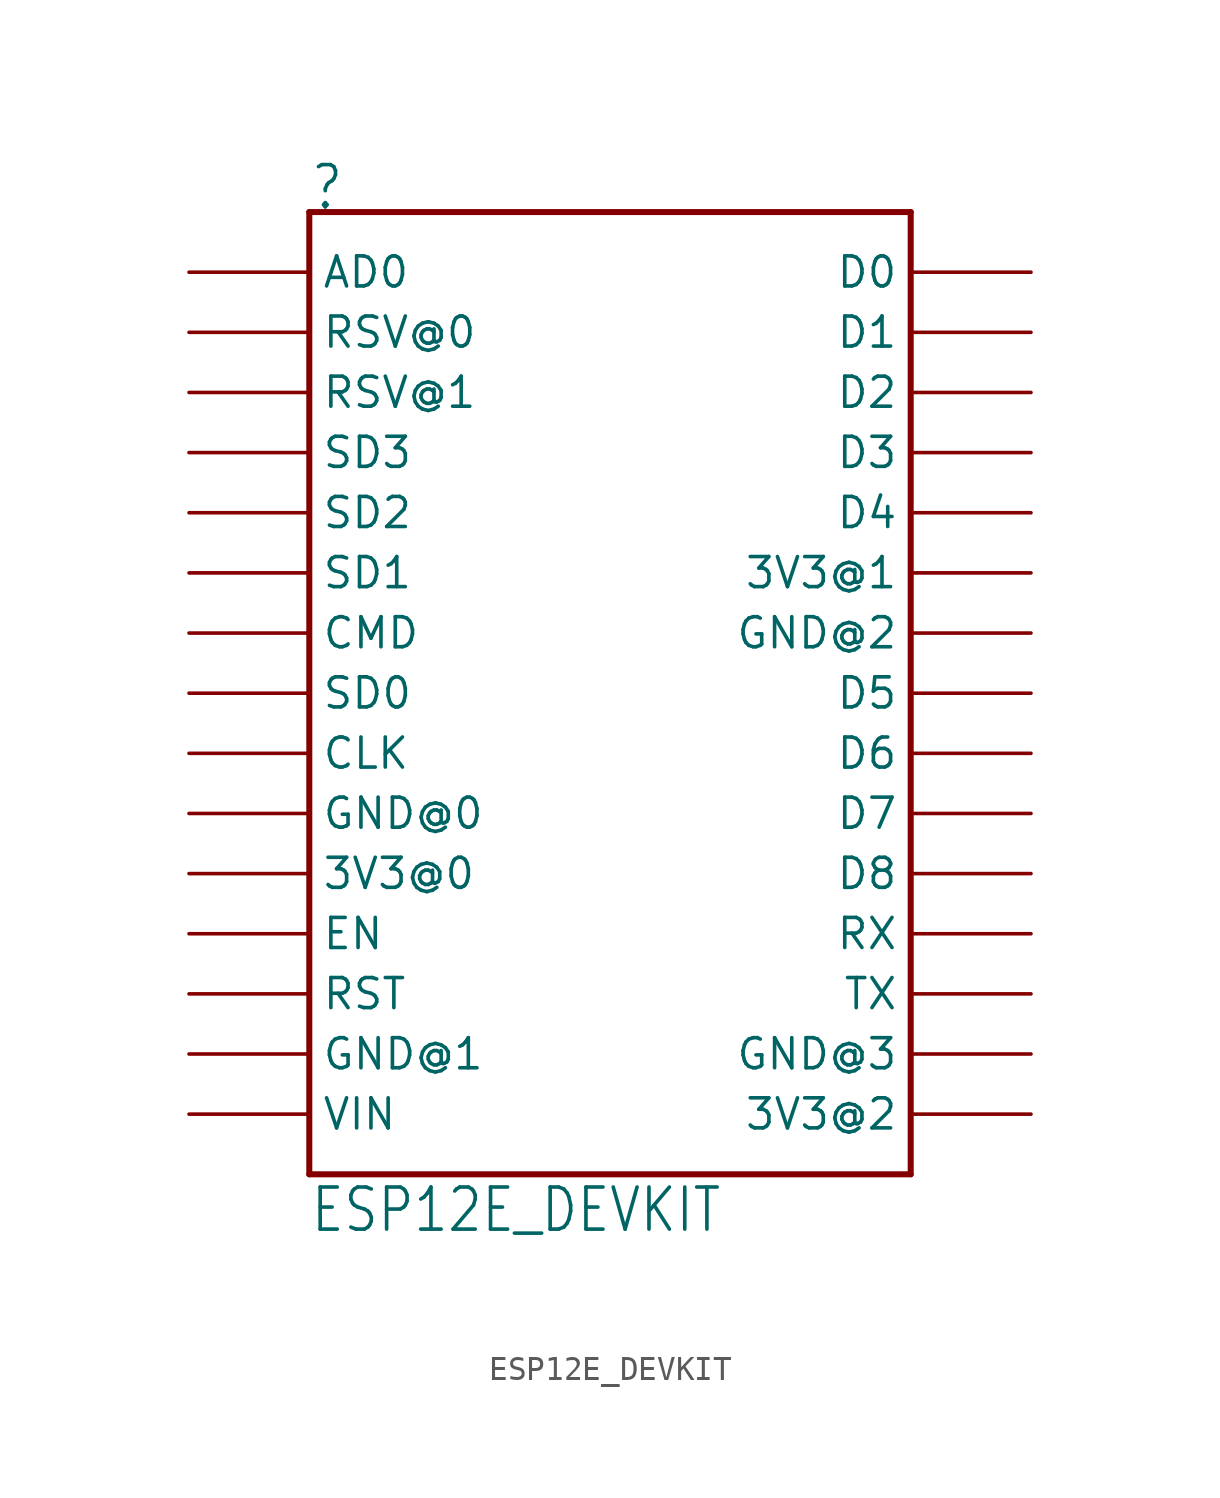
<source format=kicad_sym>
(kicad_symbol_lib
  (version 20211014)
  (generator kicad_symbol_editor)
  (symbol "ESP12E_DEVKIT"
    (property "Reference" ""
      (at -12.7 20.32 0)
      (effects (font (size 1.778 1.511)) (justify left bottom)))
    (property "Value" "ESP12E_DEVKIT"
      (at -12.7 -22.86 0)
      (effects (font (size 1.778 1.511)) (justify left bottom)))
    (property "ki_locked" ""
      (at 0 0 0)
      (effects (font (size 1.27 1.27))))
    (symbol "ESP12E_DEVKIT_1_0"
      (polyline (pts (xy -12.7 -20.32) (xy 12.7 -20.32)) (stroke (width 0.254) (type default) (color 0 0 0 0)) (fill (type none)))
      (polyline (pts (xy -12.7 20.32) (xy -12.7 -20.32)) (stroke (width 0.254) (type default) (color 0 0 0 0)) (fill (type none)))
      (polyline (pts (xy 12.7 -20.32) (xy 12.7 20.32)) (stroke (width 0.254) (type default) (color 0 0 0 0)) (fill (type none)))
      (polyline (pts (xy 12.7 20.32) (xy -12.7 20.32)) (stroke (width 0.254) (type default) (color 0 0 0 0)) (fill (type none)))
      (pin bidirectional line (at -17.78 -7.62 0) (length 5.08) (name "3V3@0" (effects (font (size 1.27 1.27)))) (number "3V3@0" (effects (font (size 0 0)))))
      (pin bidirectional line (at 17.78 5.08 180) (length 5.08) (name "3V3@1" (effects (font (size 1.27 1.27)))) (number "3V3@1" (effects (font (size 0 0)))))
      (pin bidirectional line (at 17.78 -17.78 180) (length 5.08) (name "3V3@2" (effects (font (size 1.27 1.27)))) (number "3V3@2" (effects (font (size 0 0)))))
      (pin bidirectional line (at -17.78 17.78 0) (length 5.08) (name "AD0" (effects (font (size 1.27 1.27)))) (number "AD0" (effects (font (size 0 0)))))
      (pin bidirectional line (at -17.78 -2.54 0) (length 5.08) (name "CLK" (effects (font (size 1.27 1.27)))) (number "CLK" (effects (font (size 0 0)))))
      (pin bidirectional line (at -17.78 2.54 0) (length 5.08) (name "CMD" (effects (font (size 1.27 1.27)))) (number "CMD" (effects (font (size 0 0)))))
      (pin bidirectional line (at 17.78 17.78 180) (length 5.08) (name "D0" (effects (font (size 1.27 1.27)))) (number "D0" (effects (font (size 0 0)))))
      (pin bidirectional line (at 17.78 15.24 180) (length 5.08) (name "D1" (effects (font (size 1.27 1.27)))) (number "D1" (effects (font (size 0 0)))))
      (pin bidirectional line (at 17.78 12.7 180) (length 5.08) (name "D2" (effects (font (size 1.27 1.27)))) (number "D2" (effects (font (size 0 0)))))
      (pin bidirectional line (at 17.78 10.16 180) (length 5.08) (name "D3" (effects (font (size 1.27 1.27)))) (number "D3" (effects (font (size 0 0)))))
      (pin bidirectional line (at 17.78 7.62 180) (length 5.08) (name "D4" (effects (font (size 1.27 1.27)))) (number "D4" (effects (font (size 0 0)))))
      (pin bidirectional line (at 17.78 0 180) (length 5.08) (name "D5" (effects (font (size 1.27 1.27)))) (number "D5" (effects (font (size 0 0)))))
      (pin bidirectional line (at 17.78 -2.54 180) (length 5.08) (name "D6" (effects (font (size 1.27 1.27)))) (number "D6" (effects (font (size 0 0)))))
      (pin bidirectional line (at 17.78 -5.08 180) (length 5.08) (name "D7" (effects (font (size 1.27 1.27)))) (number "D7" (effects (font (size 0 0)))))
      (pin bidirectional line (at 17.78 -7.62 180) (length 5.08) (name "D8" (effects (font (size 1.27 1.27)))) (number "D8" (effects (font (size 0 0)))))
      (pin bidirectional line (at -17.78 -10.16 0) (length 5.08) (name "EN" (effects (font (size 1.27 1.27)))) (number "EN" (effects (font (size 0 0)))))
      (pin bidirectional line (at -17.78 -5.08 0) (length 5.08) (name "GND@0" (effects (font (size 1.27 1.27)))) (number "GND@0" (effects (font (size 0 0)))))
      (pin bidirectional line (at -17.78 -15.24 0) (length 5.08) (name "GND@1" (effects (font (size 1.27 1.27)))) (number "GND@1" (effects (font (size 0 0)))))
      (pin bidirectional line (at 17.78 2.54 180) (length 5.08) (name "GND@2" (effects (font (size 1.27 1.27)))) (number "GND@2" (effects (font (size 0 0)))))
      (pin bidirectional line (at 17.78 -15.24 180) (length 5.08) (name "GND@3" (effects (font (size 1.27 1.27)))) (number "GND@3" (effects (font (size 0 0)))))
      (pin bidirectional line (at -17.78 -12.7 0) (length 5.08) (name "RST" (effects (font (size 1.27 1.27)))) (number "RST" (effects (font (size 0 0)))))
      (pin bidirectional line (at -17.78 15.24 0) (length 5.08) (name "RSV@0" (effects (font (size 1.27 1.27)))) (number "RSV@0" (effects (font (size 0 0)))))
      (pin bidirectional line (at -17.78 12.7 0) (length 5.08) (name "RSV@1" (effects (font (size 1.27 1.27)))) (number "RSV@1" (effects (font (size 0 0)))))
      (pin bidirectional line (at 17.78 -10.16 180) (length 5.08) (name "RX" (effects (font (size 1.27 1.27)))) (number "RX" (effects (font (size 0 0)))))
      (pin bidirectional line (at -17.78 0 0) (length 5.08) (name "SD0" (effects (font (size 1.27 1.27)))) (number "SD0" (effects (font (size 0 0)))))
      (pin bidirectional line (at -17.78 5.08 0) (length 5.08) (name "SD1" (effects (font (size 1.27 1.27)))) (number "SD1" (effects (font (size 0 0)))))
      (pin bidirectional line (at -17.78 7.62 0) (length 5.08) (name "SD2" (effects (font (size 1.27 1.27)))) (number "SD2" (effects (font (size 0 0)))))
      (pin bidirectional line (at -17.78 10.16 0) (length 5.08) (name "SD3" (effects (font (size 1.27 1.27)))) (number "SD3" (effects (font (size 0 0)))))
      (pin bidirectional line (at 17.78 -12.7 180) (length 5.08) (name "TX" (effects (font (size 1.27 1.27)))) (number "TX" (effects (font (size 0 0)))))
      (pin bidirectional line (at -17.78 -17.78 0) (length 5.08) (name "VIN" (effects (font (size 1.27 1.27)))) (number "VIN" (effects (font (size 0 0))))))))
</source>
